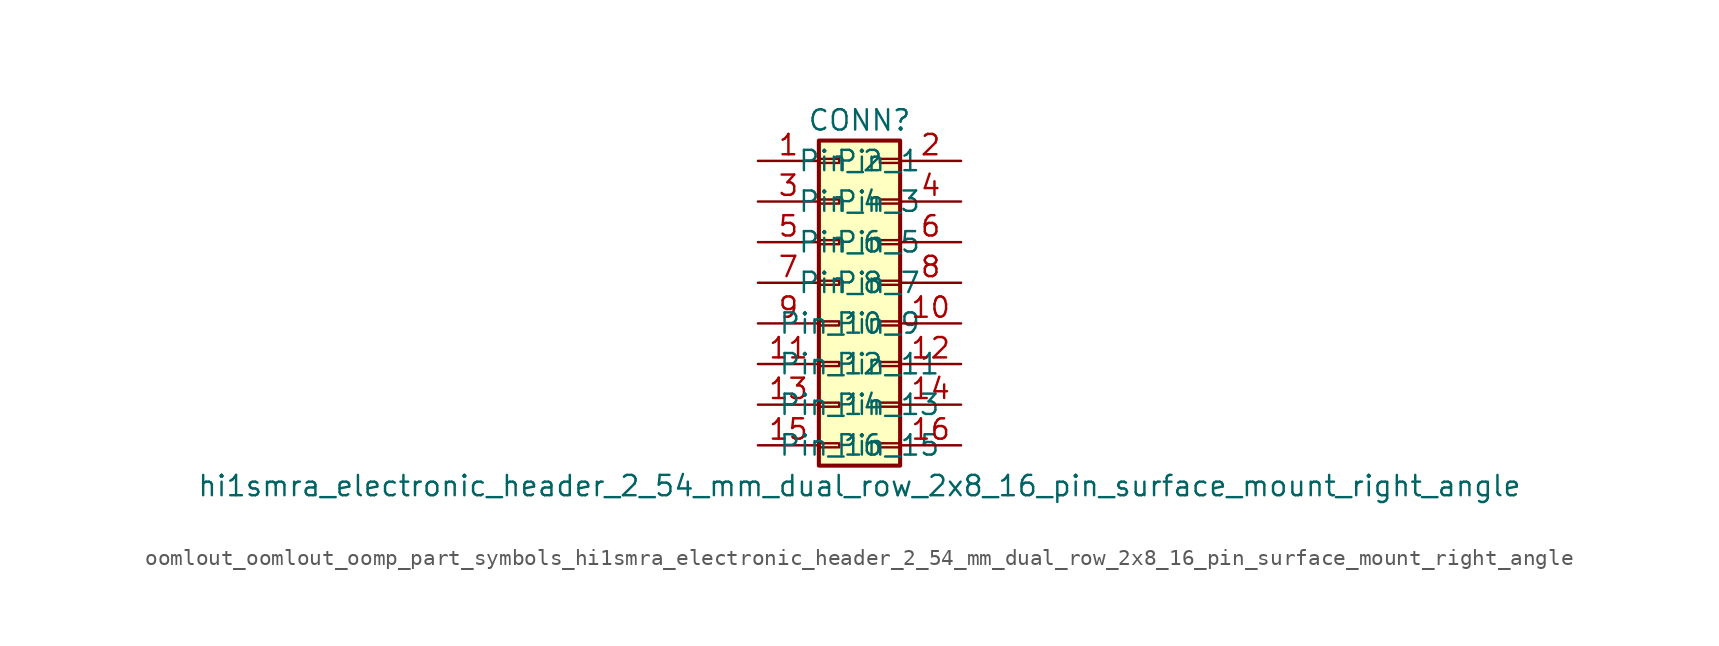
<source format=kicad_sym>
(kicad_symbol_lib
  (version 20220914)
  (generator kicad_symbol_editor)
  (symbol "oomlout_oomlout_oomp_part_symbols_hi1smra_electronic_header_2_54_mm_dual_row_2x8_16_pin_surface_mount_right_angle"
    (pin_names
      (offset 1.016))
    (property "Reference" "CONN"
      (at 1.27 10.16 0)
      (effects (font (size 1.27 1.27))))
    (property "Value" "hi1smra_electronic_header_2_54_mm_dual_row_2x8_16_pin_surface_mount_right_angle"
      (at 1.27 -12.7 0)
      (effects (font (size 1.27 1.27))))
    (symbol "oomlout_oomlout_oomp_part_symbols_hi1smra_electronic_header_2_54_mm_dual_row_2x8_16_pin_surface_mount_right_angle_1_1"
      (rectangle (start -1.27 -10.033) (end 0 -10.287) (stroke (width 0.152) (type default)) (fill (type none)))
      (rectangle (start -1.27 -7.493) (end 0 -7.747) (stroke (width 0.152) (type default)) (fill (type none)))
      (rectangle (start -1.27 -4.953) (end 0 -5.207) (stroke (width 0.152) (type default)) (fill (type none)))
      (rectangle (start -1.27 -2.413) (end 0 -2.667) (stroke (width 0.152) (type default)) (fill (type none)))
      (rectangle (start -1.27 0.127) (end 0 -0.127) (stroke (width 0.152) (type default)) (fill (type none)))
      (rectangle (start -1.27 2.667) (end 0 2.413) (stroke (width 0.152) (type default)) (fill (type none)))
      (rectangle (start -1.27 5.207) (end 0 4.953) (stroke (width 0.152) (type default)) (fill (type none)))
      (rectangle (start -1.27 7.747) (end 0 7.493) (stroke (width 0.152) (type default)) (fill (type none)))
      (rectangle (start -1.27 8.89) (end 3.81 -11.43) (stroke (width 0.254) (type default)) (fill (type background)))
      (rectangle (start 3.81 -10.033) (end 2.54 -10.287) (stroke (width 0.152) (type default)) (fill (type none)))
      (rectangle (start 3.81 -7.493) (end 2.54 -7.747) (stroke (width 0.152) (type default)) (fill (type none)))
      (rectangle (start 3.81 -4.953) (end 2.54 -5.207) (stroke (width 0.152) (type default)) (fill (type none)))
      (rectangle (start 3.81 -2.413) (end 2.54 -2.667) (stroke (width 0.152) (type default)) (fill (type none)))
      (rectangle (start 3.81 0.127) (end 2.54 -0.127) (stroke (width 0.152) (type default)) (fill (type none)))
      (rectangle (start 3.81 2.667) (end 2.54 2.413) (stroke (width 0.152) (type default)) (fill (type none)))
      (rectangle (start 3.81 5.207) (end 2.54 4.953) (stroke (width 0.152) (type default)) (fill (type none)))
      (rectangle (start 3.81 7.747) (end 2.54 7.493) (stroke (width 0.152) (type default)) (fill (type none)))
      (pin passive line (at -5.08 7.62 0) (length 3.81) (name "Pin_1" (effects (font (size 1.27 1.27)))) (number "1" (effects (font (size 1.27 1.27)))))
      (pin passive line (at 7.62 -2.54 180) (length 3.81) (name "Pin_10" (effects (font (size 1.27 1.27)))) (number "10" (effects (font (size 1.27 1.27)))))
      (pin passive line (at -5.08 -5.08 0) (length 3.81) (name "Pin_11" (effects (font (size 1.27 1.27)))) (number "11" (effects (font (size 1.27 1.27)))))
      (pin passive line (at 7.62 -5.08 180) (length 3.81) (name "Pin_12" (effects (font (size 1.27 1.27)))) (number "12" (effects (font (size 1.27 1.27)))))
      (pin passive line (at -5.08 -7.62 0) (length 3.81) (name "Pin_13" (effects (font (size 1.27 1.27)))) (number "13" (effects (font (size 1.27 1.27)))))
      (pin passive line (at 7.62 -7.62 180) (length 3.81) (name "Pin_14" (effects (font (size 1.27 1.27)))) (number "14" (effects (font (size 1.27 1.27)))))
      (pin passive line (at -5.08 -10.16 0) (length 3.81) (name "Pin_15" (effects (font (size 1.27 1.27)))) (number "15" (effects (font (size 1.27 1.27)))))
      (pin passive line (at 7.62 -10.16 180) (length 3.81) (name "Pin_16" (effects (font (size 1.27 1.27)))) (number "16" (effects (font (size 1.27 1.27)))))
      (pin passive line (at 7.62 7.62 180) (length 3.81) (name "Pin_2" (effects (font (size 1.27 1.27)))) (number "2" (effects (font (size 1.27 1.27)))))
      (pin passive line (at -5.08 5.08 0) (length 3.81) (name "Pin_3" (effects (font (size 1.27 1.27)))) (number "3" (effects (font (size 1.27 1.27)))))
      (pin passive line (at 7.62 5.08 180) (length 3.81) (name "Pin_4" (effects (font (size 1.27 1.27)))) (number "4" (effects (font (size 1.27 1.27)))))
      (pin passive line (at -5.08 2.54 0) (length 3.81) (name "Pin_5" (effects (font (size 1.27 1.27)))) (number "5" (effects (font (size 1.27 1.27)))))
      (pin passive line (at 7.62 2.54 180) (length 3.81) (name "Pin_6" (effects (font (size 1.27 1.27)))) (number "6" (effects (font (size 1.27 1.27)))))
      (pin passive line (at -5.08 0 0) (length 3.81) (name "Pin_7" (effects (font (size 1.27 1.27)))) (number "7" (effects (font (size 1.27 1.27)))))
      (pin passive line (at 7.62 0 180) (length 3.81) (name "Pin_8" (effects (font (size 1.27 1.27)))) (number "8" (effects (font (size 1.27 1.27)))))
      (pin passive line (at -5.08 -2.54 0) (length 3.81) (name "Pin_9" (effects (font (size 1.27 1.27)))) (number "9" (effects (font (size 1.27 1.27))))))))
</source>
